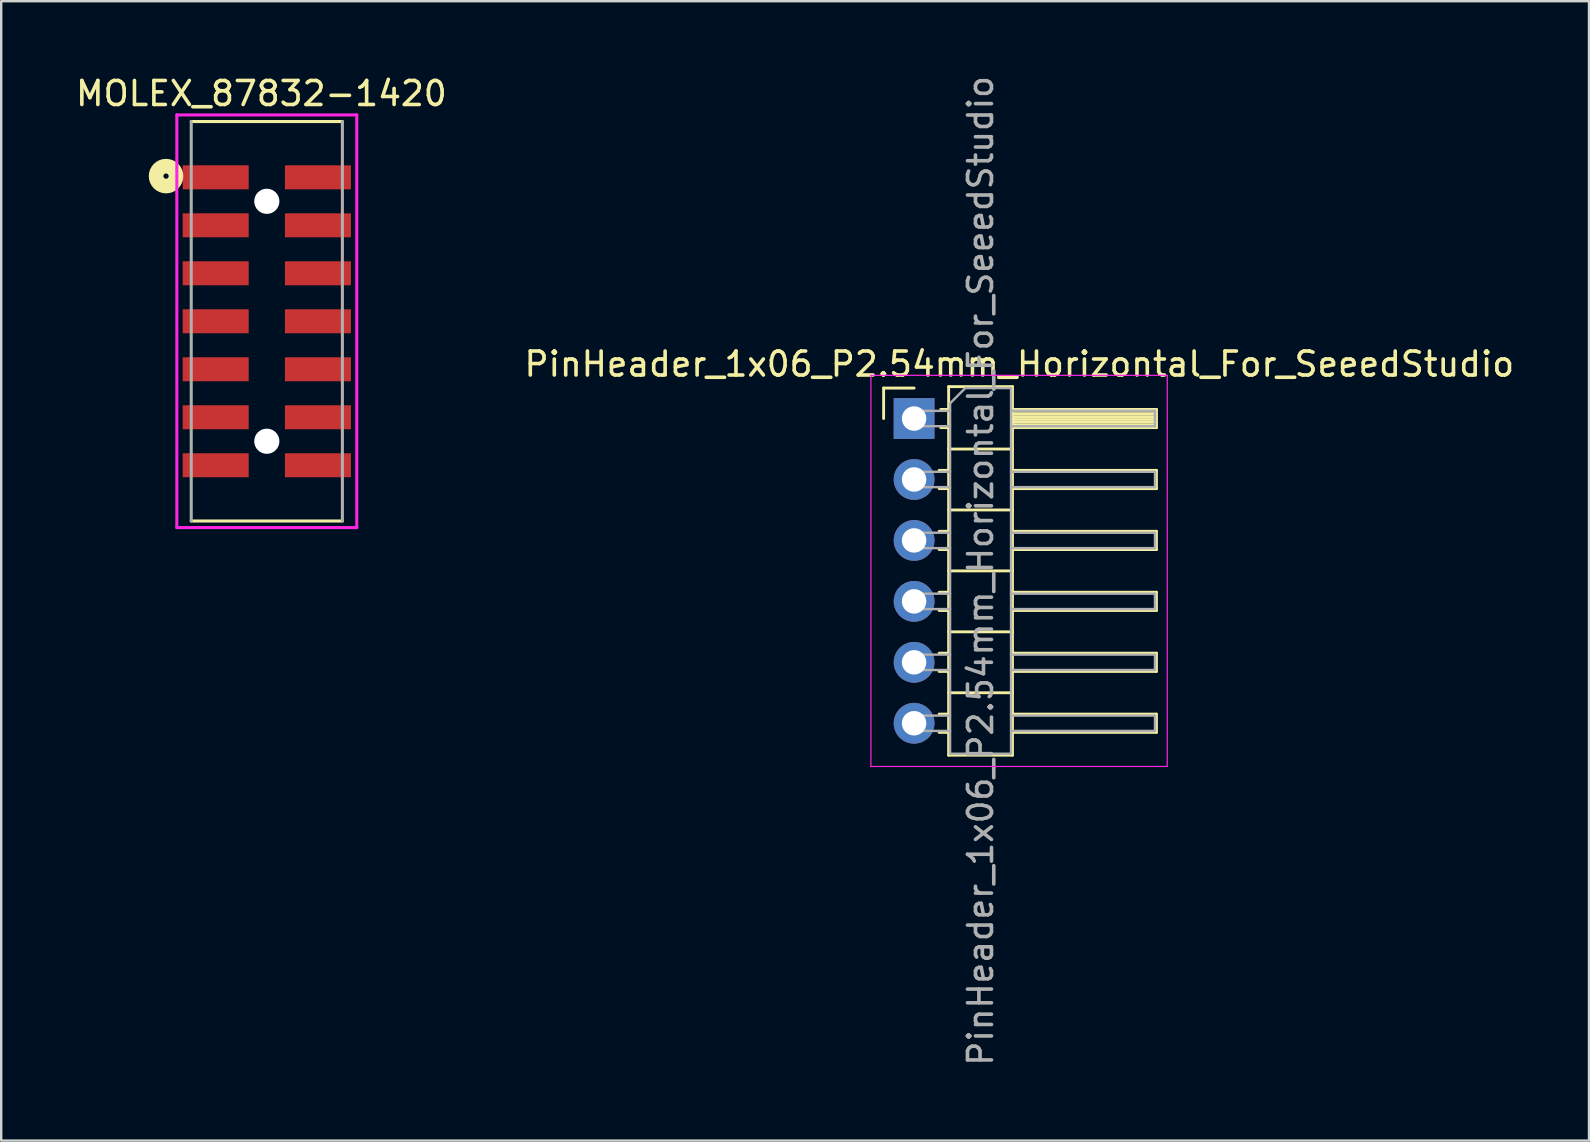
<source format=kicad_pcb>
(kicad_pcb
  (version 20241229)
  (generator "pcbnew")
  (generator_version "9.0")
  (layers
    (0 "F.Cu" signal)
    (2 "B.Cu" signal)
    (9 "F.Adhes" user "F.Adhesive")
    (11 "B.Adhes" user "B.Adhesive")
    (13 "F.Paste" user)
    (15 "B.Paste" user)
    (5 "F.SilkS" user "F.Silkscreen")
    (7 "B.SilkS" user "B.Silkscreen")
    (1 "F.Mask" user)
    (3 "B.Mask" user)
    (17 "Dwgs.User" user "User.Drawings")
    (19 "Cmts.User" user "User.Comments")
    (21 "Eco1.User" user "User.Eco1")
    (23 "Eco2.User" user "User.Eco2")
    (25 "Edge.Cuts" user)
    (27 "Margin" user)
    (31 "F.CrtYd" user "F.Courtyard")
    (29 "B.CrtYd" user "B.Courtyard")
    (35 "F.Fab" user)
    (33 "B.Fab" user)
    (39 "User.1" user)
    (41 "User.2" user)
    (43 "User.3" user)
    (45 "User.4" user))
  (footprint "MOLEX_87832-1420"
    (layer "F.Cu")
    (at 8.07 10.34)
    (property "Reference" "MOLEX_87832-1420" (at -0.225 -9.491 0) (layer "F.SilkS") (effects (font (size 1.001 1.001) (thickness 0.15))))
    (attr through_hole)
    (fp_line (start -3.15 -8.325) (end 3.15 -8.325) (stroke (width 0.127) (type solid)) (layer "F.SilkS"))
    (fp_line (start 3.15 8.325) (end -3.15 8.325) (stroke (width 0.127) (type solid)) (layer "F.SilkS"))
    (fp_circle (center -4.2 -6.05) (end -4.09 -6.05) (stroke (width 0.61) (type solid)) (fill no) (layer "F.SilkS"))
    (fp_line (start -3.75 -8.6) (end 3.75 -8.6) (stroke (width 0.127) (type solid)) (layer "F.CrtYd"))
    (fp_line (start -3.75 8.6) (end -3.75 -8.6) (stroke (width 0.127) (type solid)) (layer "F.CrtYd"))
    (fp_line (start 3.75 -8.6) (end 3.75 8.6) (stroke (width 0.127) (type solid)) (layer "F.CrtYd"))
    (fp_line (start 3.75 8.6) (end -3.75 8.6) (stroke (width 0.127) (type solid)) (layer "F.CrtYd"))
    (fp_line (start -3.15 8.325) (end -3.15 -8.325) (stroke (width 0.127) (type solid)) (layer "F.Fab"))
    (fp_line (start 3.15 -8.325) (end 3.15 8.325) (stroke (width 0.127) (type solid)) (layer "F.Fab"))
    (pad "" np_thru_hole circle (at 0 -5) (size 1.05 1.05) (drill 1.05) (layers "*.Cu" "*.Mask"))
    (pad "" np_thru_hole circle (at 0 5) (size 1.05 1.05) (drill 1.05) (layers "*.Cu" "*.Mask"))
    (pad "1" smd rect (at -2.13 -6 270) (size 1 2.75) (layers "F.Cu" "F.Mask" "F.Paste"))
    (pad "2" smd rect (at 2.13 -6 270) (size 1 2.75) (layers "F.Cu" "F.Mask" "F.Paste"))
    (pad "3" smd rect (at -2.13 -4 270) (size 1 2.75) (layers "F.Cu" "F.Mask" "F.Paste"))
    (pad "4" smd rect (at 2.13 -4 270) (size 1 2.75) (layers "F.Cu" "F.Mask" "F.Paste"))
    (pad "5" smd rect (at -2.13 -2 270) (size 1 2.75) (layers "F.Cu" "F.Mask" "F.Paste"))
    (pad "6" smd rect (at 2.13 -2 270) (size 1 2.75) (layers "F.Cu" "F.Mask" "F.Paste"))
    (pad "7" smd rect (at -2.13 0 270) (size 1 2.75) (layers "F.Cu" "F.Mask" "F.Paste"))
    (pad "8" smd rect (at 2.13 0 270) (size 1 2.75) (layers "F.Cu" "F.Mask" "F.Paste"))
    (pad "9" smd rect (at -2.13 2 270) (size 1 2.75) (layers "F.Cu" "F.Mask" "F.Paste"))
    (pad "10" smd rect (at 2.13 2 270) (size 1 2.75) (layers "F.Cu" "F.Mask" "F.Paste"))
    (pad "11" smd rect (at -2.13 4 270) (size 1 2.75) (layers "F.Cu" "F.Mask" "F.Paste"))
    (pad "12" smd rect (at 2.13 4 270) (size 1 2.75) (layers "F.Cu" "F.Mask" "F.Paste"))
    (pad "13" smd rect (at -2.13 6 270) (size 1 2.75) (layers "F.Cu" "F.Mask" "F.Paste"))
    (pad "14" smd rect (at 2.13 6 270) (size 1 2.75) (layers "F.Cu" "F.Mask" "F.Paste")))
  (footprint "PinHeader_1x06_P2.54mm_Horizontal_For_SeeedStudio"
    (layer "F.Cu")
    (at 35.048 14.394)
    (property "Reference" "PinHeader_1x06_P2.54mm_Horizontal_For_SeeedStudio" (at 4.385 -2.27 0) (layer "F.SilkS") (effects (font (size 1 1) (thickness 0.15))))
    (attr through_hole)
    (fp_line (start -1.27 -1.27) (end 0 -1.27) (stroke (width 0.12) (type solid)) (layer "F.SilkS"))
    (fp_line (start -1.27 0) (end -1.27 -1.27) (stroke (width 0.12) (type solid)) (layer "F.SilkS"))
    (fp_line (start 1.043 2.16) (end 1.44 2.16) (stroke (width 0.12) (type solid)) (layer "F.SilkS"))
    (fp_line (start 1.043 2.92) (end 1.44 2.92) (stroke (width 0.12) (type solid)) (layer "F.SilkS"))
    (fp_line (start 1.043 4.7) (end 1.44 4.7) (stroke (width 0.12) (type solid)) (layer "F.SilkS"))
    (fp_line (start 1.043 5.46) (end 1.44 5.46) (stroke (width 0.12) (type solid)) (layer "F.SilkS"))
    (fp_line (start 1.043 7.24) (end 1.44 7.24) (stroke (width 0.12) (type solid)) (layer "F.SilkS"))
    (fp_line (start 1.043 8) (end 1.44 8) (stroke (width 0.12) (type solid)) (layer "F.SilkS"))
    (fp_line (start 1.043 9.78) (end 1.44 9.78) (stroke (width 0.12) (type solid)) (layer "F.SilkS"))
    (fp_line (start 1.043 10.54) (end 1.44 10.54) (stroke (width 0.12) (type solid)) (layer "F.SilkS"))
    (fp_line (start 1.043 12.32) (end 1.44 12.32) (stroke (width 0.12) (type solid)) (layer "F.SilkS"))
    (fp_line (start 1.043 13.08) (end 1.44 13.08) (stroke (width 0.12) (type solid)) (layer "F.SilkS"))
    (fp_line (start 1.11 -0.38) (end 1.44 -0.38) (stroke (width 0.12) (type solid)) (layer "F.SilkS"))
    (fp_line (start 1.11 0.38) (end 1.44 0.38) (stroke (width 0.12) (type solid)) (layer "F.SilkS"))
    (fp_line (start 1.44 -1.33) (end 1.44 14.03) (stroke (width 0.12) (type solid)) (layer "F.SilkS"))
    (fp_line (start 1.44 1.27) (end 4.1 1.27) (stroke (width 0.12) (type solid)) (layer "F.SilkS"))
    (fp_line (start 1.44 3.81) (end 4.1 3.81) (stroke (width 0.12) (type solid)) (layer "F.SilkS"))
    (fp_line (start 1.44 6.35) (end 4.1 6.35) (stroke (width 0.12) (type solid)) (layer "F.SilkS"))
    (fp_line (start 1.44 8.89) (end 4.1 8.89) (stroke (width 0.12) (type solid)) (layer "F.SilkS"))
    (fp_line (start 1.44 11.43) (end 4.1 11.43) (stroke (width 0.12) (type solid)) (layer "F.SilkS"))
    (fp_line (start 1.44 14.03) (end 4.1 14.03) (stroke (width 0.12) (type solid)) (layer "F.SilkS"))
    (fp_line (start 4.1 -1.33) (end 1.44 -1.33) (stroke (width 0.12) (type solid)) (layer "F.SilkS"))
    (fp_line (start 4.1 -0.38) (end 10.1 -0.38) (stroke (width 0.12) (type solid)) (layer "F.SilkS"))
    (fp_line (start 4.1 -0.32) (end 10.1 -0.32) (stroke (width 0.12) (type solid)) (layer "F.SilkS"))
    (fp_line (start 4.1 -0.2) (end 10.1 -0.2) (stroke (width 0.12) (type solid)) (layer "F.SilkS"))
    (fp_line (start 4.1 -0.08) (end 10.1 -0.08) (stroke (width 0.12) (type solid)) (layer "F.SilkS"))
    (fp_line (start 4.1 0.04) (end 10.1 0.04) (stroke (width 0.12) (type solid)) (layer "F.SilkS"))
    (fp_line (start 4.1 0.16) (end 10.1 0.16) (stroke (width 0.12) (type solid)) (layer "F.SilkS"))
    (fp_line (start 4.1 0.28) (end 10.1 0.28) (stroke (width 0.12) (type solid)) (layer "F.SilkS"))
    (fp_line (start 4.1 2.16) (end 10.1 2.16) (stroke (width 0.12) (type solid)) (layer "F.SilkS"))
    (fp_line (start 4.1 4.7) (end 10.1 4.7) (stroke (width 0.12) (type solid)) (layer "F.SilkS"))
    (fp_line (start 4.1 7.24) (end 10.1 7.24) (stroke (width 0.12) (type solid)) (layer "F.SilkS"))
    (fp_line (start 4.1 9.78) (end 10.1 9.78) (stroke (width 0.12) (type solid)) (layer "F.SilkS"))
    (fp_line (start 4.1 12.32) (end 10.1 12.32) (stroke (width 0.12) (type solid)) (layer "F.SilkS"))
    (fp_line (start 4.1 14.03) (end 4.1 -1.33) (stroke (width 0.12) (type solid)) (layer "F.SilkS"))
    (fp_line (start 10.1 -0.38) (end 10.1 0.38) (stroke (width 0.12) (type solid)) (layer "F.SilkS"))
    (fp_line (start 10.1 0.38) (end 4.1 0.38) (stroke (width 0.12) (type solid)) (layer "F.SilkS"))
    (fp_line (start 10.1 2.16) (end 10.1 2.92) (stroke (width 0.12) (type solid)) (layer "F.SilkS"))
    (fp_line (start 10.1 2.92) (end 4.1 2.92) (stroke (width 0.12) (type solid)) (layer "F.SilkS"))
    (fp_line (start 10.1 4.7) (end 10.1 5.46) (stroke (width 0.12) (type solid)) (layer "F.SilkS"))
    (fp_line (start 10.1 5.46) (end 4.1 5.46) (stroke (width 0.12) (type solid)) (layer "F.SilkS"))
    (fp_line (start 10.1 7.24) (end 10.1 8) (stroke (width 0.12) (type solid)) (layer "F.SilkS"))
    (fp_line (start 10.1 8) (end 4.1 8) (stroke (width 0.12) (type solid)) (layer "F.SilkS"))
    (fp_line (start 10.1 9.78) (end 10.1 10.54) (stroke (width 0.12) (type solid)) (layer "F.SilkS"))
    (fp_line (start 10.1 10.54) (end 4.1 10.54) (stroke (width 0.12) (type solid)) (layer "F.SilkS"))
    (fp_line (start 10.1 12.32) (end 10.1 13.08) (stroke (width 0.12) (type solid)) (layer "F.SilkS"))
    (fp_line (start 10.1 13.08) (end 4.1 13.08) (stroke (width 0.12) (type solid)) (layer "F.SilkS"))
    (fp_line (start -1.8 -1.8) (end -1.8 14.5) (stroke (width 0.05) (type solid)) (layer "F.CrtYd"))
    (fp_line (start -1.8 14.5) (end 10.55 14.5) (stroke (width 0.05) (type solid)) (layer "F.CrtYd"))
    (fp_line (start 10.55 -1.8) (end -1.8 -1.8) (stroke (width 0.05) (type solid)) (layer "F.CrtYd"))
    (fp_line (start 10.55 14.5) (end 10.55 -1.8) (stroke (width 0.05) (type solid)) (layer "F.CrtYd"))
    (fp_line (start -0.32 -0.32) (end -0.32 0.32) (stroke (width 0.1) (type solid)) (layer "F.Fab"))
    (fp_line (start -0.32 -0.32) (end 1.5 -0.32) (stroke (width 0.1) (type solid)) (layer "F.Fab"))
    (fp_line (start -0.32 0.32) (end 1.5 0.32) (stroke (width 0.1) (type solid)) (layer "F.Fab"))
    (fp_line (start -0.32 2.22) (end -0.32 2.86) (stroke (width 0.1) (type solid)) (layer "F.Fab"))
    (fp_line (start -0.32 2.22) (end 1.5 2.22) (stroke (width 0.1) (type solid)) (layer "F.Fab"))
    (fp_line (start -0.32 2.86) (end 1.5 2.86) (stroke (width 0.1) (type solid)) (layer "F.Fab"))
    (fp_line (start -0.32 4.76) (end -0.32 5.4) (stroke (width 0.1) (type solid)) (layer "F.Fab"))
    (fp_line (start -0.32 4.76) (end 1.5 4.76) (stroke (width 0.1) (type solid)) (layer "F.Fab"))
    (fp_line (start -0.32 5.4) (end 1.5 5.4) (stroke (width 0.1) (type solid)) (layer "F.Fab"))
    (fp_line (start -0.32 7.3) (end -0.32 7.94) (stroke (width 0.1) (type solid)) (layer "F.Fab"))
    (fp_line (start -0.32 7.3) (end 1.5 7.3) (stroke (width 0.1) (type solid)) (layer "F.Fab"))
    (fp_line (start -0.32 7.94) (end 1.5 7.94) (stroke (width 0.1) (type solid)) (layer "F.Fab"))
    (fp_line (start -0.32 9.84) (end -0.32 10.48) (stroke (width 0.1) (type solid)) (layer "F.Fab"))
    (fp_line (start -0.32 9.84) (end 1.5 9.84) (stroke (width 0.1) (type solid)) (layer "F.Fab"))
    (fp_line (start -0.32 10.48) (end 1.5 10.48) (stroke (width 0.1) (type solid)) (layer "F.Fab"))
    (fp_line (start -0.32 12.38) (end -0.32 13.02) (stroke (width 0.1) (type solid)) (layer "F.Fab"))
    (fp_line (start -0.32 12.38) (end 1.5 12.38) (stroke (width 0.1) (type solid)) (layer "F.Fab"))
    (fp_line (start -0.32 13.02) (end 1.5 13.02) (stroke (width 0.1) (type solid)) (layer "F.Fab"))
    (fp_line (start 1.5 -0.635) (end 2.135 -1.27) (stroke (width 0.1) (type solid)) (layer "F.Fab"))
    (fp_line (start 1.5 13.97) (end 1.5 -0.635) (stroke (width 0.1) (type solid)) (layer "F.Fab"))
    (fp_line (start 2.135 -1.27) (end 4.04 -1.27) (stroke (width 0.1) (type solid)) (layer "F.Fab"))
    (fp_line (start 4.04 -1.27) (end 4.04 13.97) (stroke (width 0.1) (type solid)) (layer "F.Fab"))
    (fp_line (start 4.04 -0.32) (end 10.04 -0.32) (stroke (width 0.1) (type solid)) (layer "F.Fab"))
    (fp_line (start 4.04 0.32) (end 10.04 0.32) (stroke (width 0.1) (type solid)) (layer "F.Fab"))
    (fp_line (start 4.04 2.22) (end 10.04 2.22) (stroke (width 0.1) (type solid)) (layer "F.Fab"))
    (fp_line (start 4.04 2.86) (end 10.04 2.86) (stroke (width 0.1) (type solid)) (layer "F.Fab"))
    (fp_line (start 4.04 4.76) (end 10.04 4.76) (stroke (width 0.1) (type solid)) (layer "F.Fab"))
    (fp_line (start 4.04 5.4) (end 10.04 5.4) (stroke (width 0.1) (type solid)) (layer "F.Fab"))
    (fp_line (start 4.04 7.3) (end 10.04 7.3) (stroke (width 0.1) (type solid)) (layer "F.Fab"))
    (fp_line (start 4.04 7.94) (end 10.04 7.94) (stroke (width 0.1) (type solid)) (layer "F.Fab"))
    (fp_line (start 4.04 9.84) (end 10.04 9.84) (stroke (width 0.1) (type solid)) (layer "F.Fab"))
    (fp_line (start 4.04 10.48) (end 10.04 10.48) (stroke (width 0.1) (type solid)) (layer "F.Fab"))
    (fp_line (start 4.04 12.38) (end 10.04 12.38) (stroke (width 0.1) (type solid)) (layer "F.Fab"))
    (fp_line (start 4.04 13.02) (end 10.04 13.02) (stroke (width 0.1) (type solid)) (layer "F.Fab"))
    (fp_line (start 4.04 13.97) (end 1.5 13.97) (stroke (width 0.1) (type solid)) (layer "F.Fab"))
    (fp_line (start 10.04 -0.32) (end 10.04 0.32) (stroke (width 0.1) (type solid)) (layer "F.Fab"))
    (fp_line (start 10.04 2.22) (end 10.04 2.86) (stroke (width 0.1) (type solid)) (layer "F.Fab"))
    (fp_line (start 10.04 4.76) (end 10.04 5.4) (stroke (width 0.1) (type solid)) (layer "F.Fab"))
    (fp_line (start 10.04 7.3) (end 10.04 7.94) (stroke (width 0.1) (type solid)) (layer "F.Fab"))
    (fp_line (start 10.04 9.84) (end 10.04 10.48) (stroke (width 0.1) (type solid)) (layer "F.Fab"))
    (fp_line (start 10.04 12.38) (end 10.04 13.02) (stroke (width 0.1) (type solid)) (layer "F.Fab"))
    (fp_text user "${REFERENCE}" (at 2.77 6.35 90) (layer "F.Fab") (effects (font (size 1 1) (thickness 0.15))))
    (pad "1" thru_hole rect (at 0 0) (size 1.7 1.7) (drill 1.02) (layers "*.Cu" "*.Mask"))
    (pad "2" thru_hole oval (at 0 2.54) (size 1.7 1.7) (drill 1.02) (layers "*.Cu" "*.Mask"))
    (pad "3" thru_hole oval (at 0 5.08) (size 1.7 1.7) (drill 1.02) (layers "*.Cu" "*.Mask"))
    (pad "4" thru_hole oval (at 0 7.62) (size 1.7 1.7) (drill 1.02) (layers "*.Cu" "*.Mask"))
    (pad "5" thru_hole oval (at 0 10.16) (size 1.7 1.7) (drill 1.02) (layers "*.Cu" "*.Mask"))
    (pad "6" thru_hole oval (at 0 12.7) (size 1.7 1.7) (drill 1.02) (layers "*.Cu" "*.Mask")))
  (gr_rect
    (start -3 -3)
    (end 63.177 44.488)
    (stroke (width 0.1) (type default))
    (fill no)
    (layer "Edge.Cuts")))
</source>
